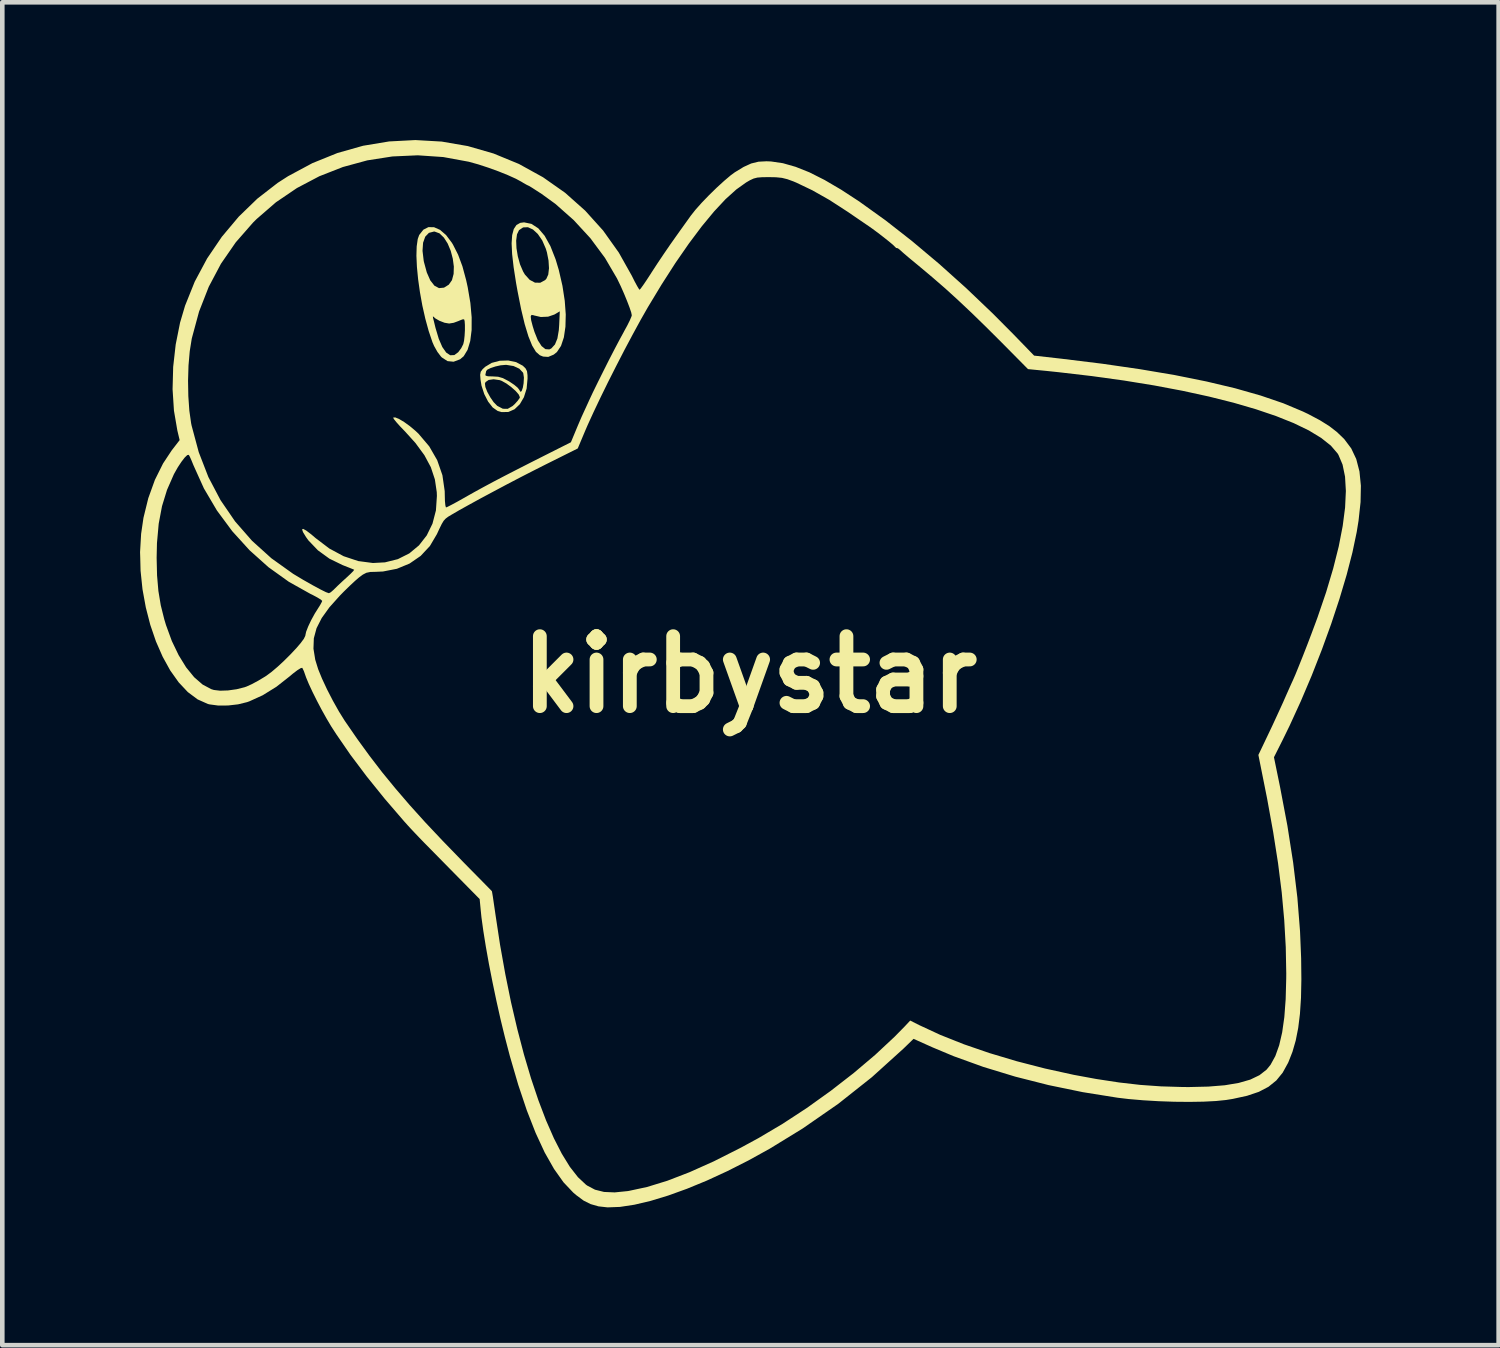
<source format=kicad_pcb>
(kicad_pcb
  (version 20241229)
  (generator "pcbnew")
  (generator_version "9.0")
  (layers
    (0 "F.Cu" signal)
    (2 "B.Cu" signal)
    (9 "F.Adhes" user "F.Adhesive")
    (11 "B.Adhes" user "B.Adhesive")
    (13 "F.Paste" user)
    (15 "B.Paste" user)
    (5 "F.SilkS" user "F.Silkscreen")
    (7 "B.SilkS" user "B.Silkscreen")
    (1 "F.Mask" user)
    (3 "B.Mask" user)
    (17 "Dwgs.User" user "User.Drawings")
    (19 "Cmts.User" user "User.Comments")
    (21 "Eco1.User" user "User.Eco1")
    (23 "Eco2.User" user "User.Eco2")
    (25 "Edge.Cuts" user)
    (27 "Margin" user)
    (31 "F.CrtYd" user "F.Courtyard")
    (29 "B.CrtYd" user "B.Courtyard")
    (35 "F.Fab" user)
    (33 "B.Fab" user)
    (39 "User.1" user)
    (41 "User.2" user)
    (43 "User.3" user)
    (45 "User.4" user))
  (footprint "kirbystar"
    (layer "F.Cu")
    (at 13.278 11.638)
    (property "Reference" "kirbystar" (at 0 0 0) (layer "F.SilkS") (effects (font (size 1.524 1.524) (thickness 0.3))))
    (attr board_only exclude_from_pos_files exclude_from_bom)
    (fp_poly (pts (xy -4.756 -9.813) (xy -4.606 -9.716) (xy -4.468 -9.554) (xy -4.342 -9.328) (xy -4.229 -9.041) (xy -4.159 -8.807) (xy -4.08 -8.464) (xy -4.03 -8.139) (xy -4.008 -7.84) (xy -4.015 -7.572) (xy -4.049 -7.342) (xy -4.111 -7.156) (xy -4.201 -7.021) (xy -4.27 -6.966) (xy -4.389 -6.916) (xy -4.5 -6.923) (xy -4.572 -6.952) (xy -4.657 -7.026) (xy -4.74 -7.163) (xy -4.821 -7.363) (xy -4.901 -7.626) (xy -4.942 -7.796) (xy -4.771 -7.796) (xy -4.762 -7.716) (xy -4.728 -7.585) (xy -4.689 -7.46) (xy -4.616 -7.278) (xy -4.535 -7.152) (xy -4.451 -7.085) (xy -4.365 -7.079) (xy -4.322 -7.101) (xy -4.243 -7.187) (xy -4.19 -7.317) (xy -4.159 -7.499) (xy -4.151 -7.614) (xy -4.138 -7.908) (xy -4.255 -7.839) (xy -4.392 -7.792) (xy -4.551 -7.785) (xy -4.703 -7.82) (xy -4.715 -7.825) (xy -4.755 -7.83) (xy -4.771 -7.796) (xy -4.942 -7.796) (xy -4.98 -7.955) (xy -5.058 -8.349) (xy -5.089 -8.521) (xy -5.143 -8.868) (xy -5.176 -9.156) (xy -5.187 -9.388) (xy -5.183 -9.449) (xy -5.088 -9.449) (xy -5.081 -9.284) (xy -5.052 -9.107) (xy -5.004 -8.932) (xy -4.937 -8.776) (xy -4.898 -8.71) (xy -4.793 -8.594) (xy -4.678 -8.533) (xy -4.563 -8.531) (xy -4.458 -8.588) (xy -4.431 -8.616) (xy -4.389 -8.709) (xy -4.373 -8.847) (xy -4.383 -9.014) (xy -4.418 -9.193) (xy -4.443 -9.275) (xy -4.52 -9.452) (xy -4.616 -9.592) (xy -4.722 -9.69) (xy -4.831 -9.74) (xy -4.936 -9.736) (xy -5.026 -9.676) (xy -5.07 -9.585) (xy -5.088 -9.449) (xy -5.183 -9.449) (xy -5.175 -9.568) (xy -5.14 -9.7) (xy -5.082 -9.788) (xy -4.999 -9.835) (xy -4.916 -9.846)) (stroke (width 0) (type solid)) (fill yes) (layer "F.SilkS"))
    (fp_poly (pts (xy -5.089 -6.802) (xy -4.945 -6.725) (xy -4.94 -6.721) (xy -4.882 -6.664) (xy -4.852 -6.605) (xy -4.841 -6.519) (xy -4.84 -6.445) (xy -4.86 -6.226) (xy -4.919 -6.038) (xy -5.008 -5.886) (xy -5.123 -5.776) (xy -5.257 -5.717) (xy -5.404 -5.714) (xy -5.491 -5.739) (xy -5.599 -5.815) (xy -5.699 -5.943) (xy -5.783 -6.107) (xy -5.843 -6.291) (xy -5.85 -6.335) (xy -5.768 -6.335) (xy -5.758 -6.259) (xy -5.716 -6.153) (xy -5.652 -6.037) (xy -5.579 -5.931) (xy -5.506 -5.856) (xy -5.498 -5.849) (xy -5.378 -5.787) (xy -5.272 -5.785) (xy -5.166 -5.846) (xy -5.12 -5.888) (xy -5.053 -5.962) (xy -5.012 -6.021) (xy -5.007 -6.039) (xy -5.033 -6.098) (xy -5.101 -6.176) (xy -5.196 -6.26) (xy -5.301 -6.337) (xy -5.401 -6.393) (xy -5.446 -6.41) (xy -5.579 -6.429) (xy -5.687 -6.414) (xy -5.754 -6.368) (xy -5.768 -6.335) (xy -5.85 -6.335) (xy -5.864 -6.421) (xy -5.872 -6.526) (xy -5.87 -6.535) (xy -5.758 -6.535) (xy -5.753 -6.508) (xy -5.703 -6.494) (xy -5.599 -6.491) (xy -5.48 -6.484) (xy -5.377 -6.454) (xy -5.258 -6.392) (xy -5.231 -6.376) (xy -5.13 -6.308) (xy -5.054 -6.244) (xy -5.021 -6.201) (xy -4.995 -6.155) (xy -4.968 -6.172) (xy -4.942 -6.248) (xy -4.926 -6.341) (xy -4.919 -6.465) (xy -4.933 -6.558) (xy -4.94 -6.575) (xy -5.019 -6.659) (xy -5.145 -6.717) (xy -5.299 -6.742) (xy -5.321 -6.742) (xy -5.426 -6.733) (xy -5.539 -6.708) (xy -5.642 -6.674) (xy -5.716 -6.638) (xy -5.741 -6.608) (xy -5.752 -6.555) (xy -5.758 -6.535) (xy -5.87 -6.535) (xy -5.86 -6.592) (xy -5.82 -6.647) (xy -5.763 -6.7) (xy -5.62 -6.786) (xy -5.446 -6.832) (xy -5.262 -6.838)) (stroke (width 0) (type solid)) (fill yes) (layer "F.SilkS"))
    (fp_poly (pts (xy -6.876 -9.74) (xy -6.745 -9.682) (xy -6.614 -9.569) (xy -6.489 -9.403) (xy -6.464 -9.362) (xy -6.352 -9.141) (xy -6.258 -8.888) (xy -6.177 -8.588) (xy -6.143 -8.433) (xy -6.085 -8.091) (xy -6.057 -7.778) (xy -6.058 -7.5) (xy -6.088 -7.262) (xy -6.146 -7.07) (xy -6.231 -6.93) (xy -6.309 -6.864) (xy -6.45 -6.811) (xy -6.582 -6.824) (xy -6.705 -6.903) (xy -6.727 -6.925) (xy -6.802 -7.024) (xy -6.874 -7.152) (xy -6.91 -7.234) (xy -6.993 -7.48) (xy -7.067 -7.75) (xy -7.077 -7.796) (xy -6.902 -7.796) (xy -6.897 -7.76) (xy -6.878 -7.687) (xy -6.853 -7.583) (xy -6.843 -7.543) (xy -6.773 -7.309) (xy -6.696 -7.131) (xy -6.612 -7.011) (xy -6.524 -6.952) (xy -6.434 -6.956) (xy -6.35 -7.018) (xy -6.284 -7.106) (xy -6.24 -7.193) (xy -6.223 -7.266) (xy -6.211 -7.374) (xy -6.204 -7.495) (xy -6.204 -7.61) (xy -6.21 -7.697) (xy -6.222 -7.735) (xy -6.259 -7.732) (xy -6.33 -7.704) (xy -6.345 -7.697) (xy -6.448 -7.659) (xy -6.547 -7.643) (xy -6.549 -7.643) (xy -6.648 -7.66) (xy -6.759 -7.703) (xy -6.852 -7.757) (xy -6.886 -7.79) (xy -6.902 -7.796) (xy -7.077 -7.796) (xy -7.131 -8.034) (xy -7.183 -8.323) (xy -7.223 -8.607) (xy -7.249 -8.875) (xy -7.26 -9.117) (xy -7.257 -9.226) (xy -7.127 -9.226) (xy -7.102 -9.014) (xy -7.097 -8.987) (xy -7.034 -8.755) (xy -6.958 -8.582) (xy -6.868 -8.467) (xy -6.768 -8.414) (xy -6.659 -8.424) (xy -6.555 -8.489) (xy -6.486 -8.587) (xy -6.45 -8.723) (xy -6.445 -8.883) (xy -6.468 -9.055) (xy -6.513 -9.226) (xy -6.579 -9.384) (xy -6.662 -9.514) (xy -6.757 -9.606) (xy -6.862 -9.645) (xy -6.877 -9.646) (xy -6.988 -9.617) (xy -7.068 -9.534) (xy -7.115 -9.402) (xy -7.127 -9.226) (xy -7.257 -9.226) (xy -7.254 -9.323) (xy -7.231 -9.484) (xy -7.2 -9.57) (xy -7.109 -9.686) (xy -6.999 -9.742)) (stroke (width 0) (type solid)) (fill yes) (layer "F.SilkS"))
    (fp_poly (pts (xy -6.709 -11.605) (xy -6.141 -11.507) (xy -5.58 -11.345) (xy -5.031 -11.119) (xy -5.023 -11.115) (xy -4.503 -10.828) (xy -4.022 -10.49) (xy -3.585 -10.101) (xy -3.194 -9.667) (xy -2.853 -9.188) (xy -2.57 -8.684) (xy -2.506 -8.556) (xy -2.451 -8.455) (xy -2.413 -8.392) (xy -2.4 -8.378) (xy -2.376 -8.404) (xy -2.323 -8.477) (xy -2.249 -8.586) (xy -2.161 -8.721) (xy -2.133 -8.765) (xy -2.012 -8.951) (xy -1.873 -9.158) (xy -1.736 -9.358) (xy -1.635 -9.501) (xy -1.53 -9.649) (xy -1.429 -9.79) (xy -1.343 -9.91) (xy -1.286 -9.99) (xy -1.185 -10.118) (xy -1.049 -10.271) (xy -0.889 -10.437) (xy -0.721 -10.601) (xy -0.558 -10.75) (xy -0.414 -10.872) (xy -0.328 -10.935) (xy -0.136 -11.052) (xy 0.03 -11.128) (xy 0.19 -11.167) (xy 0.364 -11.176) (xy 0.463 -11.172) (xy 0.721 -11.134) (xy 0.998 -11.055) (xy 1.299 -10.935) (xy 1.628 -10.769) (xy 1.99 -10.557) (xy 2.39 -10.296) (xy 2.403 -10.286) (xy 2.955 -9.89) (xy 3.529 -9.441) (xy 4.116 -8.948) (xy 4.707 -8.418) (xy 5.295 -7.857) (xy 5.741 -7.408) (xy 6.191 -6.944) (xy 6.792 -6.876) (xy 7.679 -6.767) (xy 8.499 -6.648) (xy 9.255 -6.52) (xy 9.944 -6.381) (xy 10.568 -6.233) (xy 11.126 -6.074) (xy 11.618 -5.906) (xy 12.044 -5.727) (xy 12.163 -5.67) (xy 12.414 -5.537) (xy 12.616 -5.411) (xy 12.783 -5.282) (xy 12.932 -5.139) (xy 12.948 -5.122) (xy 13.097 -4.923) (xy 13.206 -4.692) (xy 13.276 -4.422) (xy 13.307 -4.111) (xy 13.3 -3.755) (xy 13.256 -3.349) (xy 13.216 -3.102) (xy 13.123 -2.659) (xy 12.997 -2.171) (xy 12.841 -1.648) (xy 12.66 -1.101) (xy 12.457 -0.541) (xy 12.236 0.023) (xy 12 0.579) (xy 11.754 1.117) (xy 11.6 1.432) (xy 11.414 1.802) (xy 11.546 2.445) (xy 11.707 3.294) (xy 11.832 4.095) (xy 11.924 4.859) (xy 11.982 5.593) (xy 12.006 6.179) (xy 12.011 6.638) (xy 12.003 7.039) (xy 11.98 7.39) (xy 11.942 7.698) (xy 11.888 7.971) (xy 11.817 8.217) (xy 11.728 8.443) (xy 11.717 8.465) (xy 11.603 8.672) (xy 11.465 8.841) (xy 11.295 8.978) (xy 11.085 9.088) (xy 10.829 9.174) (xy 10.517 9.242) (xy 10.369 9.266) (xy 10.151 9.288) (xy 9.881 9.302) (xy 9.574 9.307) (xy 9.243 9.304) (xy 8.902 9.292) (xy 8.566 9.272) (xy 8.249 9.245) (xy 8.007 9.216) (xy 7.251 9.095) (xy 6.505 8.941) (xy 5.78 8.757) (xy 5.087 8.546) (xy 4.439 8.312) (xy 3.978 8.119) (xy 3.566 7.934) (xy 3.344 8.149) (xy 2.657 8.77) (xy 1.926 9.349) (xy 1.147 9.889) (xy 0.434 10.326) (xy -0.029 10.582) (xy -0.487 10.814) (xy -0.934 11.02) (xy -1.366 11.198) (xy -1.776 11.346) (xy -2.16 11.463) (xy -2.512 11.546) (xy -2.827 11.594) (xy -3.098 11.604) (xy -3.295 11.582) (xy -3.466 11.533) (xy -3.62 11.456) (xy -3.778 11.339) (xy -3.844 11.283) (xy -4.057 11.058) (xy -4.264 10.766) (xy -4.467 10.408) (xy -4.664 9.983) (xy -4.856 9.492) (xy -5.043 8.934) (xy -5.225 8.31) (xy -5.334 7.894) (xy -5.428 7.508) (xy -5.518 7.106) (xy -5.603 6.7) (xy -5.681 6.303) (xy -5.748 5.927) (xy -5.803 5.584) (xy -5.844 5.286) (xy -5.859 5.14) (xy -5.883 4.89) (xy -6.541 4.222) (xy -6.761 3.998) (xy -6.941 3.815) (xy -7.087 3.667) (xy -7.204 3.546) (xy -7.299 3.446) (xy -7.379 3.361) (xy -7.449 3.285) (xy -7.516 3.21) (xy -7.527 3.198) (xy -7.948 2.709) (xy -8.34 2.223) (xy -8.695 1.751) (xy -9.004 1.302) (xy -9.118 1.126) (xy -9.215 0.962) (xy -9.321 0.773) (xy -9.425 0.575) (xy -9.522 0.381) (xy -9.603 0.207) (xy -9.661 0.068) (xy -9.679 0.017) (xy -9.711 -0.074) (xy -9.741 -0.136) (xy -9.747 -0.146) (xy -9.782 -0.137) (xy -9.854 -0.092) (xy -9.951 -0.018) (xy -10.021 0.041) (xy -10.31 0.268) (xy -10.607 0.452) (xy -10.897 0.584) (xy -10.948 0.602) (xy -11.144 0.65) (xy -11.362 0.675) (xy -11.577 0.676) (xy -11.764 0.651) (xy -11.801 0.642) (xy -12.025 0.542) (xy -12.238 0.383) (xy -12.437 0.171) (xy -12.621 -0.088) (xy -12.786 -0.387) (xy -12.932 -0.72) (xy -13.055 -1.08) (xy -13.153 -1.461) (xy -13.225 -1.856) (xy -13.267 -2.259) (xy -13.274 -2.541) (xy -12.917 -2.541) (xy -12.908 -2.158) (xy -12.879 -1.82) (xy -12.827 -1.507) (xy -12.75 -1.199) (xy -12.713 -1.076) (xy -12.586 -0.729) (xy -12.438 -0.421) (xy -12.275 -0.156) (xy -12.1 0.059) (xy -11.916 0.219) (xy -11.728 0.319) (xy -11.67 0.337) (xy -11.534 0.353) (xy -11.361 0.347) (xy -11.176 0.321) (xy -11.004 0.278) (xy -10.961 0.263) (xy -10.844 0.21) (xy -10.701 0.133) (xy -10.558 0.047) (xy -10.53 0.029) (xy -10.414 -0.057) (xy -10.282 -0.169) (xy -10.144 -0.297) (xy -10.008 -0.432) (xy -9.886 -0.562) (xy -9.502 -0.562) (xy -9.463 -0.321) (xy -9.399 -0.114) (xy -9.316 0.089) (xy -9.206 0.325) (xy -9.079 0.571) (xy -8.947 0.806) (xy -8.821 1.008) (xy -8.814 1.018) (xy -8.548 1.404) (xy -8.281 1.771) (xy -8.007 2.128) (xy -7.717 2.482) (xy -7.406 2.844) (xy -7.066 3.221) (xy -6.688 3.622) (xy -6.267 4.056) (xy -6.242 4.082) (xy -6.077 4.25) (xy -5.928 4.401) (xy -5.801 4.53) (xy -5.703 4.63) (xy -5.639 4.695) (xy -5.617 4.718) (xy -5.61 4.752) (xy -5.595 4.841) (xy -5.576 4.973) (xy -5.552 5.135) (xy -5.539 5.225) (xy -5.439 5.884) (xy -5.325 6.522) (xy -5.2 7.136) (xy -5.063 7.722) (xy -4.918 8.276) (xy -4.764 8.795) (xy -4.603 9.274) (xy -4.437 9.71) (xy -4.266 10.1) (xy -4.093 10.438) (xy -3.918 10.722) (xy -3.742 10.947) (xy -3.568 11.11) (xy -3.54 11.13) (xy -3.371 11.219) (xy -3.175 11.268) (xy -2.942 11.278) (xy -2.664 11.25) (xy -2.637 11.246) (xy -2.237 11.16) (xy -1.795 11.024) (xy -1.31 10.837) (xy -0.783 10.601) (xy -0.214 10.314) (xy 0.188 10.096) (xy 0.712 9.786) (xy 1.241 9.44) (xy 1.762 9.067) (xy 2.263 8.678) (xy 2.731 8.282) (xy 3.154 7.887) (xy 3.372 7.665) (xy 3.493 7.536) (xy 3.691 7.636) (xy 4.148 7.848) (xy 4.661 8.052) (xy 5.219 8.244) (xy 5.811 8.421) (xy 6.427 8.58) (xy 7.055 8.718) (xy 7.543 8.808) (xy 8.041 8.884) (xy 8.503 8.937) (xy 8.955 8.969) (xy 9.423 8.983) (xy 9.562 8.984) (xy 9.983 8.974) (xy 10.343 8.945) (xy 10.647 8.894) (xy 10.898 8.822) (xy 11.098 8.726) (xy 11.252 8.606) (xy 11.339 8.5) (xy 11.444 8.309) (xy 11.528 8.074) (xy 11.593 7.793) (xy 11.64 7.46) (xy 11.669 7.072) (xy 11.681 6.624) (xy 11.682 6.509) (xy 11.671 5.935) (xy 11.638 5.35) (xy 11.583 4.744) (xy 11.503 4.108) (xy 11.397 3.432) (xy 11.266 2.708) (xy 11.212 2.437) (xy 11.075 1.752) (xy 11.282 1.318) (xy 11.372 1.129) (xy 11.464 0.93) (xy 11.55 0.743) (xy 11.619 0.592) (xy 11.622 0.584) (xy 11.688 0.434) (xy 11.753 0.288) (xy 11.806 0.17) (xy 11.823 0.134) (xy 11.881 0.001) (xy 11.955 -0.181) (xy 12.042 -0.398) (xy 12.135 -0.636) (xy 12.229 -0.883) (xy 12.319 -1.124) (xy 12.363 -1.244) (xy 12.55 -1.792) (xy 12.704 -2.309) (xy 12.825 -2.79) (xy 12.911 -3.234) (xy 12.963 -3.636) (xy 12.98 -3.996) (xy 12.962 -4.308) (xy 12.908 -4.571) (xy 12.819 -4.781) (xy 12.799 -4.814) (xy 12.653 -4.984) (xy 12.443 -5.151) (xy 12.173 -5.315) (xy 11.844 -5.474) (xy 11.459 -5.628) (xy 11.022 -5.776) (xy 10.535 -5.918) (xy 10.001 -6.052) (xy 9.423 -6.178) (xy 8.803 -6.295) (xy 8.145 -6.402) (xy 7.451 -6.498) (xy 6.724 -6.583) (xy 6.458 -6.611) (xy 6.058 -6.65) (xy 5.491 -7.223) (xy 5.145 -7.568) (xy 4.832 -7.873) (xy 4.54 -8.148) (xy 4.258 -8.405) (xy 3.973 -8.652) (xy 3.675 -8.902) (xy 3.521 -9.029) (xy 3.42 -9.113) (xy 3.329 -9.192) (xy 3.281 -9.236) (xy 3.228 -9.279) (xy 3.203 -9.287) (xy 3.203 -9.286) (xy 3.186 -9.288) (xy 3.161 -9.313) (xy 3.116 -9.358) (xy 3.03 -9.43) (xy 2.918 -9.519) (xy 2.795 -9.614) (xy 2.675 -9.703) (xy 2.587 -9.765) (xy 2.522 -9.809) (xy 2.415 -9.882) (xy 2.282 -9.973) (xy 2.136 -10.073) (xy 2.119 -10.084) (xy 1.733 -10.334) (xy 1.362 -10.544) (xy 1.017 -10.709) (xy 0.951 -10.737) (xy 0.817 -10.786) (xy 0.699 -10.815) (xy 0.568 -10.828) (xy 0.416 -10.831) (xy 0.268 -10.829) (xy 0.165 -10.821) (xy 0.083 -10.8) (xy 0.001 -10.762) (xy -0.081 -10.714) (xy -0.294 -10.562) (xy -0.528 -10.351) (xy -0.779 -10.082) (xy -1.046 -9.759) (xy -1.327 -9.384) (xy -1.62 -8.961) (xy -1.921 -8.492) (xy -2.222 -7.994) (xy -2.377 -7.722) (xy -2.547 -7.41) (xy -2.727 -7.072) (xy -2.909 -6.719) (xy -3.087 -6.367) (xy -3.254 -6.026) (xy -3.404 -5.71) (xy -3.531 -5.432) (xy -3.585 -5.307) (xy -3.747 -4.922) (xy -4.449 -4.572) (xy -4.71 -4.44) (xy -4.993 -4.295) (xy -5.286 -4.142) (xy -5.577 -3.987) (xy -5.856 -3.838) (xy -6.109 -3.699) (xy -6.325 -3.579) (xy -6.488 -3.484) (xy -6.567 -3.437) (xy -6.623 -3.395) (xy -6.667 -3.347) (xy -6.709 -3.277) (xy -6.761 -3.171) (xy -6.814 -3.056) (xy -6.967 -2.797) (xy -7.168 -2.582) (xy -7.409 -2.416) (xy -7.685 -2.302) (xy -7.988 -2.243) (xy -8.139 -2.236) (xy -8.263 -2.233) (xy -8.35 -2.215) (xy -8.427 -2.175) (xy -8.508 -2.115) (xy -8.596 -2.039) (xy -8.712 -1.931) (xy -8.84 -1.806) (xy -8.928 -1.716) (xy -9.154 -1.464) (xy -9.322 -1.23) (xy -9.435 -1.008) (xy -9.494 -0.788) (xy -9.502 -0.562) (xy -9.886 -0.562) (xy -9.884 -0.563) (xy -9.782 -0.682) (xy -9.711 -0.778) (xy -9.68 -0.842) (xy -9.679 -0.849) (xy -9.662 -0.93) (xy -9.616 -1.048) (xy -9.55 -1.187) (xy -9.472 -1.329) (xy -9.412 -1.424) (xy -9.356 -1.513) (xy -9.32 -1.58) (xy -9.312 -1.603) (xy -9.34 -1.63) (xy -9.415 -1.676) (xy -9.523 -1.734) (xy -9.569 -1.756) (xy -10.037 -2.018) (xy -10.481 -2.336) (xy -10.894 -2.706) (xy -11.27 -3.12) (xy -11.604 -3.571) (xy -11.888 -4.053) (xy -12.115 -4.556) (xy -12.159 -4.664) (xy -12.196 -4.747) (xy -12.217 -4.783) (xy -12.25 -4.778) (xy -12.306 -4.724) (xy -12.377 -4.632) (xy -12.455 -4.514) (xy -12.531 -4.38) (xy -12.544 -4.355) (xy -12.691 -4.02) (xy -12.8 -3.666) (xy -12.872 -3.284) (xy -12.91 -2.861) (xy -12.917 -2.541) (xy -13.274 -2.541) (xy -13.278 -2.664) (xy -13.255 -3.063) (xy -13.204 -3.411) (xy -13.099 -3.839) (xy -12.955 -4.238) (xy -12.777 -4.596) (xy -12.589 -4.88) (xy -12.416 -5.104) (xy -12.466 -5.314) (xy -12.54 -5.746) (xy -12.57 -6.213) (xy -12.565 -6.396) (xy -12.233 -6.396) (xy -12.227 -6.062) (xy -12.205 -5.746) (xy -12.166 -5.471) (xy -12.156 -5.422) (xy -12 -4.841) (xy -11.79 -4.299) (xy -11.526 -3.797) (xy -11.209 -3.334) (xy -10.839 -2.911) (xy -10.417 -2.53) (xy -9.944 -2.192) (xy -9.729 -2.063) (xy -9.512 -1.94) (xy -9.345 -1.85) (xy -9.23 -1.793) (xy -9.168 -1.771) (xy -9.166 -1.77) (xy -9.125 -1.791) (xy -9.063 -1.845) (xy -9.047 -1.861) (xy -8.976 -1.931) (xy -8.877 -2.024) (xy -8.78 -2.112) (xy -8.695 -2.191) (xy -8.636 -2.251) (xy -8.615 -2.28) (xy -8.615 -2.281) (xy -8.65 -2.296) (xy -8.732 -2.329) (xy -8.844 -2.373) (xy -8.871 -2.384) (xy -9.154 -2.522) (xy -9.405 -2.704) (xy -9.611 -2.919) (xy -9.663 -2.991) (xy -9.729 -3.099) (xy -9.75 -3.159) (xy -9.727 -3.171) (xy -9.66 -3.135) (xy -9.551 -3.052) (xy -9.456 -2.971) (xy -9.156 -2.743) (xy -8.845 -2.576) (xy -8.527 -2.47) (xy -8.207 -2.428) (xy -7.945 -2.442) (xy -7.664 -2.512) (xy -7.415 -2.637) (xy -7.204 -2.812) (xy -7.035 -3.029) (xy -6.91 -3.285) (xy -6.835 -3.573) (xy -6.814 -3.888) (xy -6.817 -3.971) (xy -6.858 -4.248) (xy -6.946 -4.514) (xy -7.086 -4.775) (xy -7.281 -5.041) (xy -7.506 -5.29) (xy -7.613 -5.401) (xy -7.698 -5.496) (xy -7.752 -5.564) (xy -7.767 -5.595) (xy -7.767 -5.595) (xy -7.72 -5.598) (xy -7.636 -5.563) (xy -7.527 -5.498) (xy -7.405 -5.41) (xy -7.282 -5.307) (xy -7.215 -5.244) (xy -6.981 -4.968) (xy -6.807 -4.666) (xy -6.694 -4.34) (xy -6.644 -3.994) (xy -6.642 -3.898) (xy -6.639 -3.776) (xy -6.63 -3.685) (xy -6.618 -3.64) (xy -6.614 -3.638) (xy -6.576 -3.654) (xy -6.492 -3.697) (xy -6.373 -3.761) (xy -6.231 -3.841) (xy -6.189 -3.865) (xy -5.999 -3.972) (xy -5.802 -4.08) (xy -5.588 -4.195) (xy -5.349 -4.32) (xy -5.075 -4.461) (xy -4.757 -4.623) (xy -4.46 -4.773) (xy -3.896 -5.057) (xy -3.799 -5.29) (xy -3.745 -5.42) (xy -3.694 -5.539) (xy -3.658 -5.622) (xy -3.657 -5.624) (xy -3.62 -5.705) (xy -3.566 -5.822) (xy -3.508 -5.949) (xy -3.507 -5.952) (xy -3.421 -6.136) (xy -3.313 -6.357) (xy -3.192 -6.6) (xy -3.067 -6.849) (xy -2.944 -7.087) (xy -2.833 -7.297) (xy -2.742 -7.464) (xy -2.74 -7.469) (xy -2.669 -7.599) (xy -2.612 -7.713) (xy -2.578 -7.794) (xy -2.57 -7.822) (xy -2.583 -7.886) (xy -2.62 -7.995) (xy -2.674 -8.136) (xy -2.739 -8.294) (xy -2.81 -8.455) (xy -2.882 -8.604) (xy -2.891 -8.623) (xy -3.154 -9.072) (xy -3.472 -9.501) (xy -3.836 -9.896) (xy -4.234 -10.248) (xy -4.532 -10.464) (xy -4.651 -10.541) (xy -4.747 -10.603) (xy -4.809 -10.64) (xy -4.825 -10.647) (xy -4.86 -10.664) (xy -4.931 -10.704) (xy -4.966 -10.726) (xy -5.093 -10.795) (xy -5.268 -10.874) (xy -5.474 -10.957) (xy -5.695 -11.037) (xy -5.912 -11.108) (xy -6.109 -11.163) (xy -6.125 -11.167) (xy -6.675 -11.268) (xy -7.23 -11.306) (xy -7.783 -11.281) (xy -8.329 -11.196) (xy -8.861 -11.051) (xy -9.374 -10.85) (xy -9.862 -10.593) (xy -10.319 -10.283) (xy -10.738 -9.92) (xy -10.816 -9.843) (xy -11.194 -9.411) (xy -11.516 -8.945) (xy -11.782 -8.443) (xy -11.993 -7.904) (xy -12.149 -7.327) (xy -12.153 -7.31) (xy -12.196 -7.041) (xy -12.223 -6.73) (xy -12.233 -6.396) (xy -12.565 -6.396) (xy -12.557 -6.698) (xy -12.502 -7.186) (xy -12.407 -7.662) (xy -12.298 -8.031) (xy -12.087 -8.556) (xy -11.818 -9.059) (xy -11.497 -9.532) (xy -11.13 -9.969) (xy -10.724 -10.362) (xy -10.282 -10.705) (xy -10.055 -10.851) (xy -9.526 -11.135) (xy -8.98 -11.356) (xy -8.421 -11.514) (xy -7.854 -11.608) (xy -7.282 -11.638)) (stroke (width 0) (type solid)) (fill yes) (layer "F.SilkS")))
  (gr_rect
    (start -3 -3)
    (end 29.585 26.243)
    (stroke (width 0.1) (type default))
    (fill no)
    (layer "Edge.Cuts")))
</source>
